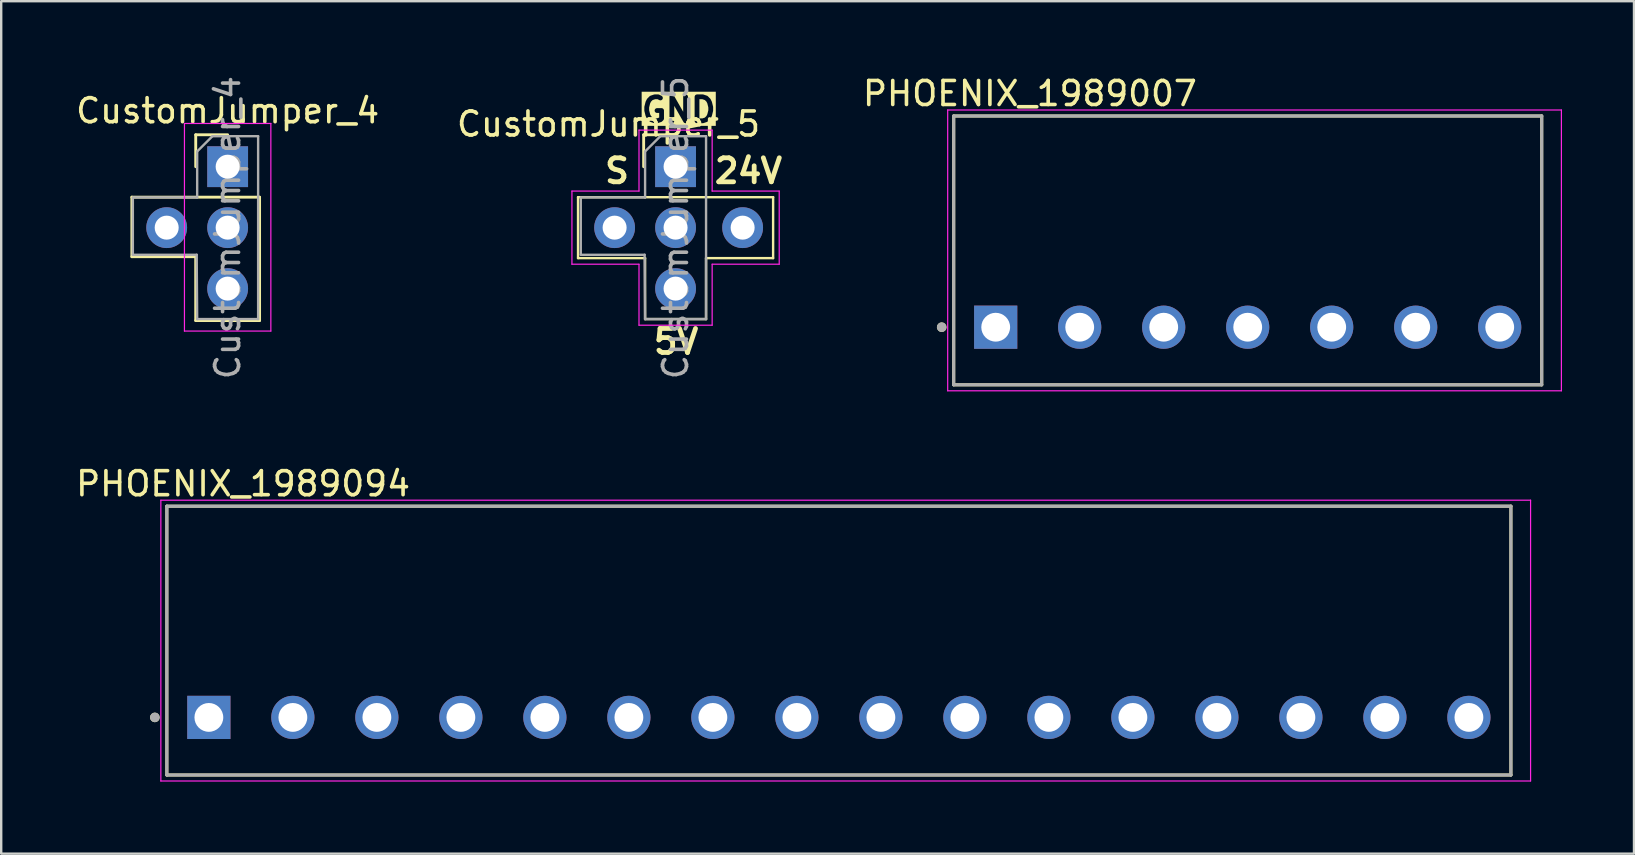
<source format=kicad_pcb>
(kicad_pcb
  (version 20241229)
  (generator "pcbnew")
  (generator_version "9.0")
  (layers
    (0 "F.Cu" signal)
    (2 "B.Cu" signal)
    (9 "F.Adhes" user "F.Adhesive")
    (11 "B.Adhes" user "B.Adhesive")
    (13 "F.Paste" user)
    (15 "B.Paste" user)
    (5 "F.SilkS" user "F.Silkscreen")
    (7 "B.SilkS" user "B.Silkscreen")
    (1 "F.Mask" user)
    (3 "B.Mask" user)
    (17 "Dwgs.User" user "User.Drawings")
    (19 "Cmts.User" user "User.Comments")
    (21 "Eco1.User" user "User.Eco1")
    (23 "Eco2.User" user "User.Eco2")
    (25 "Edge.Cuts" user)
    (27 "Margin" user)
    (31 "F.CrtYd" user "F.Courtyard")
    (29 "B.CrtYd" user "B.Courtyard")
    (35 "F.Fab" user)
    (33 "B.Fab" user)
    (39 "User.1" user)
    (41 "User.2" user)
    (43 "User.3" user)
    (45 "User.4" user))
  (footprint "CustomJumper_4"
    (layer "F.Cu")
    (at 6.435 3.895)
    (property "Reference" "CustomJumper_4" (at 0 -2.33 0) (layer "F.SilkS") (effects (font (size 1 1) (thickness 0.15))))
    (attr through_hole)
    (fp_line (start -3.99 1.27) (end -3.99 3.75) (stroke (width 0.12) (type solid)) (layer "F.SilkS"))
    (fp_line (start -3.99 1.27) (end 1.33 1.27) (stroke (width 0.12) (type solid)) (layer "F.SilkS"))
    (fp_line (start -3.99 3.75) (end -1.33 3.75) (stroke (width 0.12) (type solid)) (layer "F.SilkS"))
    (fp_line (start -1.33 -1.33) (end 0 -1.33) (stroke (width 0.12) (type solid)) (layer "F.SilkS"))
    (fp_line (start -1.33 0) (end -1.33 -1.33) (stroke (width 0.12) (type solid)) (layer "F.SilkS"))
    (fp_line (start -1.33 6.41) (end -1.33 3.75) (stroke (width 0.12) (type solid)) (layer "F.SilkS"))
    (fp_line (start -1.33 6.41) (end 1.33 6.41) (stroke (width 0.12) (type solid)) (layer "F.SilkS"))
    (fp_line (start 1.33 1.27) (end 1.33 6.41) (stroke (width 0.12) (type solid)) (layer "F.SilkS"))
    (fp_line (start -1.8 -1.8) (end -1.8 6.85) (stroke (width 0.05) (type solid)) (layer "F.CrtYd"))
    (fp_line (start -1.8 6.85) (end 1.8 6.85) (stroke (width 0.05) (type solid)) (layer "F.CrtYd"))
    (fp_line (start 1.8 -1.8) (end -1.8 -1.8) (stroke (width 0.05) (type solid)) (layer "F.CrtYd"))
    (fp_line (start 1.8 6.85) (end 1.8 -1.8) (stroke (width 0.05) (type solid)) (layer "F.CrtYd"))
    (fp_line (start -3.95 3.67) (end -3.95 1.3) (stroke (width 0.1) (type default)) (layer "F.Fab"))
    (fp_line (start -1.29 3.67) (end -3.95 3.67) (stroke (width 0.1) (type default)) (layer "F.Fab"))
    (fp_line (start -1.27 -0.635) (end -1.27 1.28) (stroke (width 0.1) (type default)) (layer "F.Fab"))
    (fp_line (start -1.27 -0.635) (end -0.635 -1.27) (stroke (width 0.1) (type solid)) (layer "F.Fab"))
    (fp_line (start -1.27 1.28) (end -3.95 1.28) (stroke (width 0.1) (type default)) (layer "F.Fab"))
    (fp_line (start -1.27 6.35) (end -1.29 3.67) (stroke (width 0.1) (type solid)) (layer "F.Fab"))
    (fp_line (start -0.635 -1.27) (end 1.27 -1.27) (stroke (width 0.1) (type solid)) (layer "F.Fab"))
    (fp_line (start 1.27 -1.27) (end 1.27 6.35) (stroke (width 0.1) (type solid)) (layer "F.Fab"))
    (fp_line (start 1.27 6.35) (end -1.27 6.35) (stroke (width 0.1) (type solid)) (layer "F.Fab"))
    (fp_text user "${REFERENCE}" (at 0 2.54 90) (layer "F.Fab") (effects (font (size 1 1) (thickness 0.15))))
    (pad "1" thru_hole rect (at 0 0) (size 1.7 1.7) (drill 1) (layers "*.Cu" "*.Mask"))
    (pad "2" thru_hole oval (at 0 2.54) (size 1.7 1.7) (drill 1) (layers "*.Cu" "*.Mask"))
    (pad "3" thru_hole oval (at 0 5.08) (size 1.7 1.7) (drill 1) (layers "*.Cu" "*.Mask"))
    (pad "4" thru_hole oval (at -2.54 2.54) (size 1.7 1.7) (drill 1) (layers "*.Cu" "*.Mask")))
  (footprint "PHOENIX_1989094"
    (layer "F.Cu")
    (at 3.902 29.241)
    (property "Reference" "PHOENIX_1989094" (at 3.175 -12.135 0) (layer "F.SilkS") (effects (font (size 1 1) (thickness 0.15))))
    (attr through_hole)
    (fp_line (start 0 -11.2) (end 0 0) (stroke (width 0.127) (type solid)) (layer "F.SilkS"))
    (fp_line (start 0 0) (end 56 0) (stroke (width 0.127) (type solid)) (layer "F.SilkS"))
    (fp_line (start 56 -11.2) (end 0 -11.2) (stroke (width 0.127) (type solid)) (layer "F.SilkS"))
    (fp_line (start 56 0) (end 56 -11.2) (stroke (width 0.127) (type solid)) (layer "F.SilkS"))
    (fp_circle (center -0.5 -2.4) (end -0.4 -2.4) (stroke (width 0.2) (type solid)) (fill no) (layer "F.SilkS"))
    (fp_line (start -0.25 -11.45) (end 56.82 -11.45) (stroke (width 0.05) (type solid)) (layer "F.CrtYd"))
    (fp_line (start -0.25 0.25) (end -0.25 -11.45) (stroke (width 0.05) (type solid)) (layer "F.CrtYd"))
    (fp_line (start 56.82 -11.45) (end 56.82 0.25) (stroke (width 0.05) (type solid)) (layer "F.CrtYd"))
    (fp_line (start 56.82 0.25) (end -0.25 0.25) (stroke (width 0.05) (type solid)) (layer "F.CrtYd"))
    (fp_line (start 0 -11.2) (end 0 0) (stroke (width 0.127) (type solid)) (layer "F.Fab"))
    (fp_line (start 0 0) (end 56 0) (stroke (width 0.127) (type solid)) (layer "F.Fab"))
    (fp_line (start 56 -11.2) (end 0 -11.2) (stroke (width 0.127) (type solid)) (layer "F.Fab"))
    (fp_line (start 56 0) (end 56 -11.2) (stroke (width 0.127) (type solid)) (layer "F.Fab"))
    (fp_circle (center -0.5 -2.4) (end -0.4 -2.4) (stroke (width 0.2) (type solid)) (fill no) (layer "F.Fab"))
    (pad "1" thru_hole rect (at 1.75 -2.4) (size 1.8 1.8) (drill 1.2) (layers "*.Cu" "*.Mask"))
    (pad "2" thru_hole circle (at 5.25 -2.4) (size 1.8 1.8) (drill 1.2) (layers "*.Cu" "*.Mask"))
    (pad "3" thru_hole circle (at 8.75 -2.4) (size 1.8 1.8) (drill 1.2) (layers "*.Cu" "*.Mask"))
    (pad "4" thru_hole circle (at 12.25 -2.4) (size 1.8 1.8) (drill 1.2) (layers "*.Cu" "*.Mask"))
    (pad "5" thru_hole circle (at 15.75 -2.4) (size 1.8 1.8) (drill 1.2) (layers "*.Cu" "*.Mask"))
    (pad "6" thru_hole circle (at 19.25 -2.4) (size 1.8 1.8) (drill 1.2) (layers "*.Cu" "*.Mask"))
    (pad "7" thru_hole circle (at 22.75 -2.4) (size 1.8 1.8) (drill 1.2) (layers "*.Cu" "*.Mask"))
    (pad "8" thru_hole circle (at 26.25 -2.4) (size 1.8 1.8) (drill 1.2) (layers "*.Cu" "*.Mask"))
    (pad "9" thru_hole circle (at 29.75 -2.4) (size 1.8 1.8) (drill 1.2) (layers "*.Cu" "*.Mask"))
    (pad "10" thru_hole circle (at 33.25 -2.4) (size 1.8 1.8) (drill 1.2) (layers "*.Cu" "*.Mask"))
    (pad "11" thru_hole circle (at 36.75 -2.4) (size 1.8 1.8) (drill 1.2) (layers "*.Cu" "*.Mask"))
    (pad "12" thru_hole circle (at 40.25 -2.4) (size 1.8 1.8) (drill 1.2) (layers "*.Cu" "*.Mask"))
    (pad "13" thru_hole circle (at 43.75 -2.4) (size 1.8 1.8) (drill 1.2) (layers "*.Cu" "*.Mask"))
    (pad "14" thru_hole circle (at 47.25 -2.4) (size 1.8 1.8) (drill 1.2) (layers "*.Cu" "*.Mask"))
    (pad "15" thru_hole circle (at 50.75 -2.4) (size 1.8 1.8) (drill 1.2) (layers "*.Cu" "*.Mask"))
    (pad "16" thru_hole circle (at 54.25 -2.4) (size 1.8 1.8) (drill 1.2) (layers "*.Cu" "*.Mask")))
  (footprint "PHOENIX_1989007"
    (layer "F.Cu")
    (at 36.686 12.983)
    (property "Reference" "PHOENIX_1989007" (at 3.175 -12.135 0) (layer "F.SilkS") (effects (font (size 1 1) (thickness 0.15))))
    (attr through_hole)
    (fp_line (start 0 -11.2) (end 0 0) (stroke (width 0.127) (type solid)) (layer "F.SilkS"))
    (fp_line (start 0 0) (end 24.5 0) (stroke (width 0.127) (type solid)) (layer "F.SilkS"))
    (fp_line (start 24.5 -11.2) (end 0 -11.2) (stroke (width 0.127) (type solid)) (layer "F.SilkS"))
    (fp_line (start 24.5 0) (end 24.5 -11.2) (stroke (width 0.127) (type solid)) (layer "F.SilkS"))
    (fp_circle (center -0.5 -2.4) (end -0.4 -2.4) (stroke (width 0.2) (type solid)) (fill no) (layer "F.SilkS"))
    (fp_line (start -0.25 -11.45) (end 25.32 -11.45) (stroke (width 0.05) (type solid)) (layer "F.CrtYd"))
    (fp_line (start -0.25 0.25) (end -0.25 -11.45) (stroke (width 0.05) (type solid)) (layer "F.CrtYd"))
    (fp_line (start 25.32 -11.45) (end 25.32 0.25) (stroke (width 0.05) (type solid)) (layer "F.CrtYd"))
    (fp_line (start 25.32 0.25) (end -0.25 0.25) (stroke (width 0.05) (type solid)) (layer "F.CrtYd"))
    (fp_line (start 0 -11.2) (end 0 0) (stroke (width 0.127) (type solid)) (layer "F.Fab"))
    (fp_line (start 0 0) (end 24.5 0) (stroke (width 0.127) (type solid)) (layer "F.Fab"))
    (fp_line (start 24.5 -11.2) (end 0 -11.2) (stroke (width 0.127) (type solid)) (layer "F.Fab"))
    (fp_line (start 24.5 0) (end 24.5 -11.2) (stroke (width 0.127) (type solid)) (layer "F.Fab"))
    (fp_circle (center -0.5 -2.4) (end -0.4 -2.4) (stroke (width 0.2) (type solid)) (fill no) (layer "F.Fab"))
    (pad "1" thru_hole rect (at 1.75 -2.4) (size 1.8 1.8) (drill 1.2) (layers "*.Cu" "*.Mask"))
    (pad "2" thru_hole circle (at 5.25 -2.4) (size 1.8 1.8) (drill 1.2) (layers "*.Cu" "*.Mask"))
    (pad "3" thru_hole circle (at 8.75 -2.4) (size 1.8 1.8) (drill 1.2) (layers "*.Cu" "*.Mask"))
    (pad "4" thru_hole circle (at 12.25 -2.4) (size 1.8 1.8) (drill 1.2) (layers "*.Cu" "*.Mask"))
    (pad "5" thru_hole circle (at 15.75 -2.4) (size 1.8 1.8) (drill 1.2) (layers "*.Cu" "*.Mask"))
    (pad "6" thru_hole circle (at 19.25 -2.4) (size 1.8 1.8) (drill 1.2) (layers "*.Cu" "*.Mask"))
    (pad "7" thru_hole circle (at 22.75 -2.4) (size 1.8 1.8) (drill 1.2) (layers "*.Cu" "*.Mask")))
  (footprint "CustomJumper_5"
    (layer "F.Cu")
    (at 25.098 3.895)
    (property "Reference" "CustomJumper_5" (at -2.794 -1.778 0) (layer "F.SilkS") (effects (font (size 1 1) (thickness 0.15))))
    (attr through_hole)
    (fp_line (start -4.064 1.27) (end -4.064 3.81) (stroke (width 0.1) (type default)) (layer "F.SilkS"))
    (fp_line (start -4.064 3.81) (end -1.27 3.81) (stroke (width 0.1) (type default)) (layer "F.SilkS"))
    (fp_line (start -1.33 -1.33) (end 0 -1.33) (stroke (width 0.12) (type solid)) (layer "F.SilkS"))
    (fp_line (start -1.33 0) (end -1.33 -1.33) (stroke (width 0.12) (type solid)) (layer "F.SilkS"))
    (fp_line (start -1.27 1.27) (end -4.064 1.27) (stroke (width 0.1) (type default)) (layer "F.SilkS"))
    (fp_line (start -1.27 3.81) (end -1.27 6.35) (stroke (width 0.1) (type default)) (layer "F.SilkS"))
    (fp_line (start -1.27 6.35) (end 1.27 6.35) (stroke (width 0.1) (type default)) (layer "F.SilkS"))
    (fp_line (start 1.27 3.81) (end 4.064 3.81) (stroke (width 0.1) (type default)) (layer "F.SilkS"))
    (fp_line (start 1.27 6.35) (end 1.27 3.81) (stroke (width 0.1) (type default)) (layer "F.SilkS"))
    (fp_line (start 4.064 1.27) (end -1.27 1.27) (stroke (width 0.1) (type default)) (layer "F.SilkS"))
    (fp_line (start 4.064 3.81) (end 4.064 1.27) (stroke (width 0.1) (type default)) (layer "F.SilkS"))
    (fp_line (start -4.318 1.016) (end -4.318 4.064) (stroke (width 0.05) (type default)) (layer "F.CrtYd"))
    (fp_line (start -4.318 4.064) (end -1.524 4.064) (stroke (width 0.05) (type default)) (layer "F.CrtYd"))
    (fp_line (start -1.524 -1.524) (end -1.524 1.016) (stroke (width 0.05) (type default)) (layer "F.CrtYd"))
    (fp_line (start -1.524 -1.524) (end 1.524 -1.524) (stroke (width 0.05) (type default)) (layer "F.CrtYd"))
    (fp_line (start -1.524 1.016) (end -4.318 1.016) (stroke (width 0.05) (type default)) (layer "F.CrtYd"))
    (fp_line (start -1.524 4.064) (end -1.524 6.604) (stroke (width 0.05) (type default)) (layer "F.CrtYd"))
    (fp_line (start 1.524 -1.524) (end 1.524 1.016) (stroke (width 0.05) (type default)) (layer "F.CrtYd"))
    (fp_line (start 1.524 1.016) (end 4.318 1.016) (stroke (width 0.05) (type default)) (layer "F.CrtYd"))
    (fp_line (start 1.524 4.064) (end 1.524 6.604) (stroke (width 0.05) (type default)) (layer "F.CrtYd"))
    (fp_line (start 1.524 6.604) (end -1.524 6.604) (stroke (width 0.05) (type default)) (layer "F.CrtYd"))
    (fp_line (start 4.318 1.016) (end 4.318 4.064) (stroke (width 0.05) (type default)) (layer "F.CrtYd"))
    (fp_line (start 4.318 4.064) (end 1.524 4.064) (stroke (width 0.05) (type default)) (layer "F.CrtYd"))
    (fp_line (start -3.95 3.67) (end -3.95 1.3) (stroke (width 0.1) (type default)) (layer "F.Fab"))
    (fp_line (start -1.29 3.67) (end -3.95 3.67) (stroke (width 0.1) (type default)) (layer "F.Fab"))
    (fp_line (start -1.27 -0.635) (end -1.27 1.28) (stroke (width 0.1) (type default)) (layer "F.Fab"))
    (fp_line (start -1.27 -0.635) (end -0.635 -1.27) (stroke (width 0.1) (type solid)) (layer "F.Fab"))
    (fp_line (start -1.27 1.28) (end -3.95 1.28) (stroke (width 0.1) (type default)) (layer "F.Fab"))
    (fp_line (start -1.27 6.35) (end -1.29 3.67) (stroke (width 0.1) (type solid)) (layer "F.Fab"))
    (fp_line (start -0.635 -1.27) (end 1.27 -1.27) (stroke (width 0.1) (type solid)) (layer "F.Fab"))
    (fp_line (start 1.27 -1.27) (end 1.27 6.35) (stroke (width 0.1) (type solid)) (layer "F.Fab"))
    (fp_line (start 1.27 6.35) (end -1.27 6.35) (stroke (width 0.1) (type solid)) (layer "F.Fab"))
    (fp_text user "24V" (at 1.524 0.762 0) (unlocked yes) (layer "F.SilkS") (effects (font (size 1 1) (thickness 0.2) (bold yes)) (justify left bottom)))
    (fp_text user "5V" (at -1.016 7.874 0) (unlocked yes) (layer "F.SilkS") (effects (font (size 1 1) (thickness 0.2) (bold yes)) (justify left bottom)))
    (fp_text user "GND" (at -1.524 -1.778 0) (unlocked yes) (layer "F.SilkS" knockout) (effects (font (size 1 1) (thickness 0.2) (bold yes)) (justify left bottom)))
    (fp_text user "S" (at -3.048 0.762 0) (unlocked yes) (layer "F.SilkS") (effects (font (size 1 1) (thickness 0.2) (bold yes)) (justify left bottom)))
    (fp_text user "${REFERENCE}" (at 0 2.54 90) (layer "F.Fab") (effects (font (size 1 1) (thickness 0.15))))
    (pad "1" thru_hole oval (at 0 2.54) (size 1.7 1.7) (drill 1) (layers "*.Cu" "*.Mask"))
    (pad "2" thru_hole rect (at 0 0) (size 1.7 1.7) (drill 1) (layers "*.Cu" "*.Mask"))
    (pad "3" thru_hole oval (at 0 5.08) (size 1.7 1.7) (drill 1) (layers "*.Cu" "*.Mask"))
    (pad "4" thru_hole oval (at -2.54 2.54) (size 1.7 1.7) (drill 1) (layers "*.Cu" "*.Mask"))
    (pad "5" thru_hole oval (at 2.794 2.54) (size 1.7 1.7) (drill 1) (layers "*.Cu" "*.Mask")))
  (gr_rect
    (start -3 -3)
    (end 65.031 32.517)
    (stroke (width 0.1) (type default))
    (fill no)
    (layer "Edge.Cuts")))
</source>
